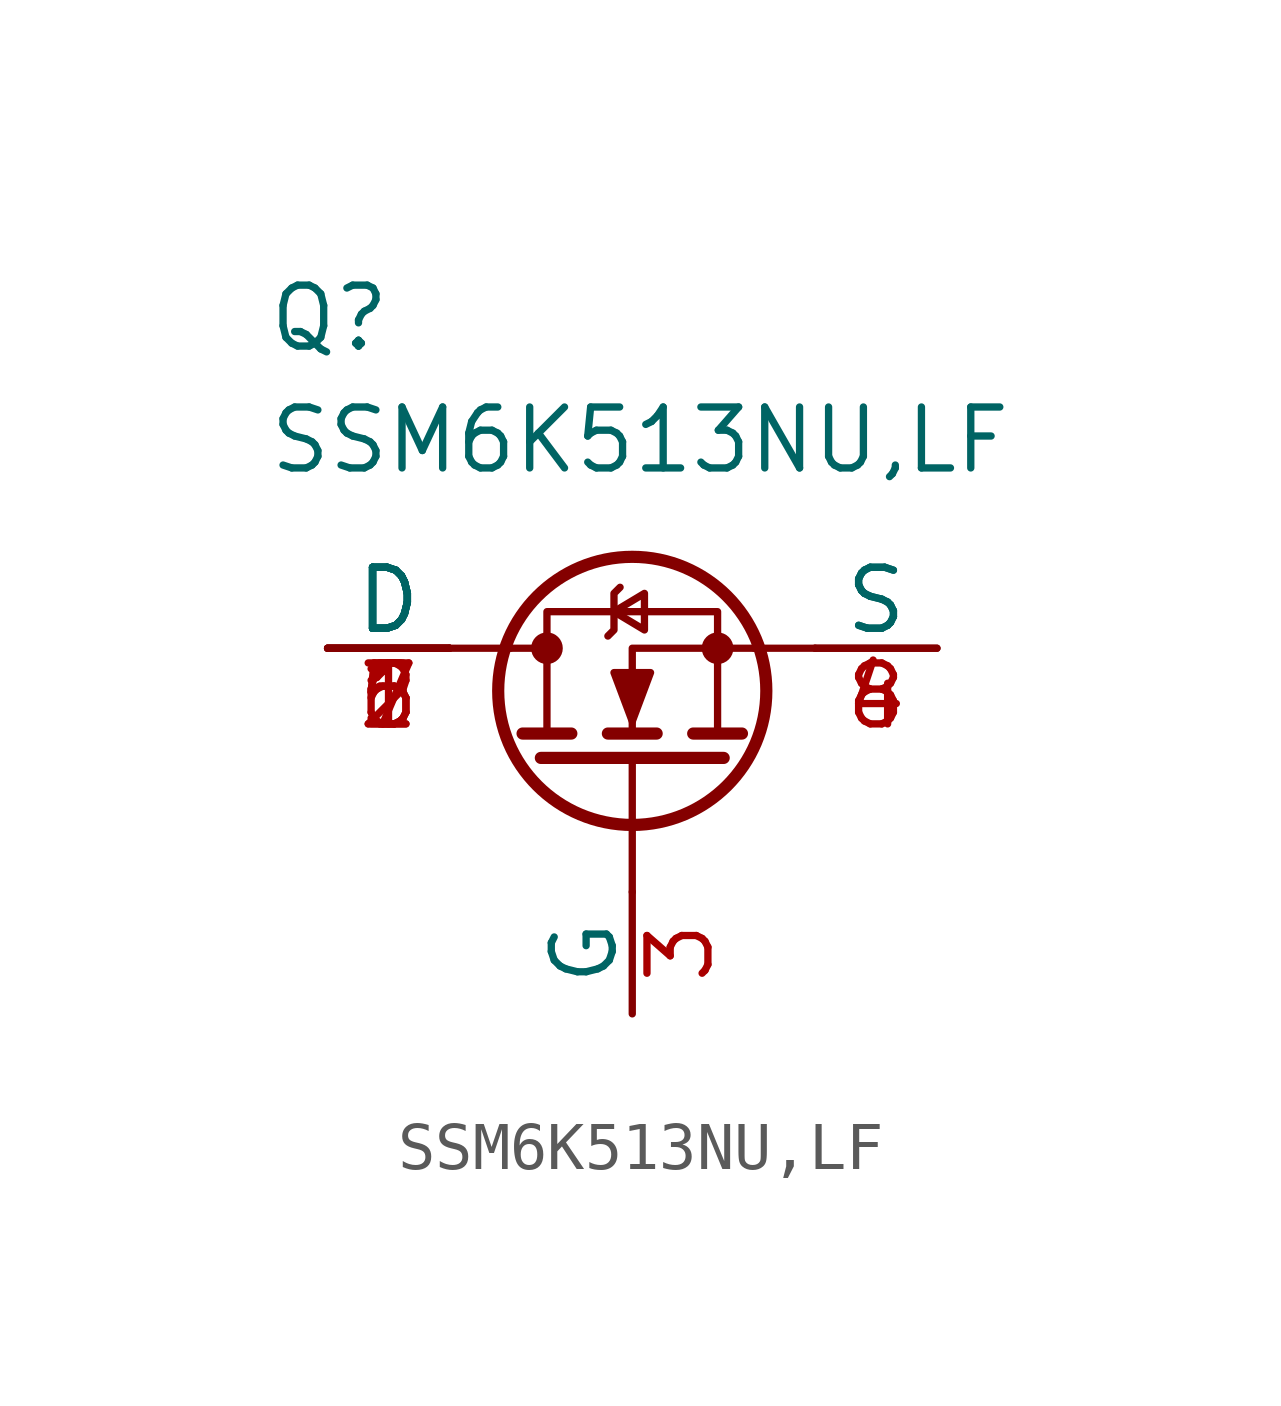
<source format=kicad_sym>
(kicad_symbol_lib
  (version 20220914)
  (generator kicad_symbol_editor)
  (symbol "SSM6K513NU,LF"
    (pin_names
      (offset 0))
    (property "Reference" "Q"
      (at -7.62 7.62 0)
      (effects (font (size 1.27 1.27)) (justify left top)))
    (property "Value" "SSM6K513NU,LF"
      (at -7.62 5.08 0)
      (effects (font (size 1.27 1.27)) (justify left top)))
    (symbol "SSM6K513NU,LF_0_1"
      (circle (center -1.778 0) (radius 0.254) (stroke (width 0) (type default)) (fill (type outline)))
      (circle (center 0 -0.889) (radius 2.794) (stroke (width 0.254) (type default)) (fill (type none)))
      (polyline (pts (xy -3.81 0) (xy -2.54 0)) (stroke (width 0) (type default)) (fill (type none)))
      (polyline (pts (xy -2.54 0) (xy -1.778 0)) (stroke (width 0) (type default)) (fill (type none)))
      (polyline (pts (xy -2.286 -1.778) (xy -1.27 -1.778)) (stroke (width 0.254) (type default)) (fill (type none)))
      (polyline (pts (xy -1.905 -2.286) (xy 1.905 -2.286)) (stroke (width 0.254) (type default)) (fill (type none)))
      (polyline (pts (xy -0.508 -1.778) (xy 0.508 -1.778)) (stroke (width 0.254) (type default)) (fill (type none)))
      (polyline (pts (xy 0 -2.286) (xy 0 -5.08)) (stroke (width 0) (type default)) (fill (type none)))
      (polyline (pts (xy 1.27 -1.778) (xy 2.286 -1.778)) (stroke (width 0.254) (type default)) (fill (type none)))
      (polyline (pts (xy 3.81 0) (xy 2.54 0)) (stroke (width 0) (type default)) (fill (type none)))
      (polyline (pts (xy 2.54 0) (xy 0 0) (xy 0 -1.778)) (stroke (width 0) (type default)) (fill (type none)))
      (polyline (pts (xy -0.508 0.254) (xy -0.381 0.381) (xy -0.381 1.143) (xy -0.254 1.27)) (stroke (width 0) (type default)) (fill (type none)))
      (polyline (pts (xy -0.381 0.762) (xy 0.254 0.381) (xy 0.254 1.143) (xy -0.381 0.762)) (stroke (width 0) (type default)) (fill (type none)))
      (polyline (pts (xy 0 -1.524) (xy -0.381 -0.508) (xy 0.381 -0.508) (xy 0 -1.524)) (stroke (width 0) (type default)) (fill (type outline)))
      (polyline (pts (xy 1.778 -1.778) (xy 1.778 0.762) (xy -1.778 0.762) (xy -1.778 -1.778)) (stroke (width 0) (type default)) (fill (type none)))
      (circle (center 1.778 0) (radius 0.254) (stroke (width 0) (type default)) (fill (type outline))))
    (symbol "SSM6K513NU,LF_1_1"
      (pin passive line (at -6.35 0 0) (length 2.54) (name "D" (effects (font (size 1.27 1.27)))) (number "1" (effects (font (size 1.27 1.27)))))
      (pin passive line (at -6.35 0 0) (length 2.54) (name "D" (effects (font (size 1.27 1.27)))) (number "2" (effects (font (size 1.27 1.27)))))
      (pin passive line (at 0 -7.62 90) (length 2.54) (name "G" (effects (font (size 1.27 1.27)))) (number "3" (effects (font (size 1.27 1.27)))))
      (pin passive line (at 6.35 0 180) (length 2.54) (name "S" (effects (font (size 1.27 1.27)))) (number "4" (effects (font (size 1.27 1.27)))))
      (pin passive line (at -6.35 0 0) (length 2.54) (name "D" (effects (font (size 1.27 1.27)))) (number "5" (effects (font (size 1.27 1.27)))))
      (pin passive line (at -6.35 0 0) (length 2.54) (name "D" (effects (font (size 1.27 1.27)))) (number "6" (effects (font (size 1.27 1.27)))))
      (pin passive line (at -6.35 0 0) (length 2.54) (name "D" (effects (font (size 1.27 1.27)))) (number "7" (effects (font (size 1.27 1.27)))))
      (pin passive line (at 6.35 0 180) (length 2.54) (name "S" (effects (font (size 1.27 1.27)))) (number "8" (effects (font (size 1.27 1.27))))))))
</source>
